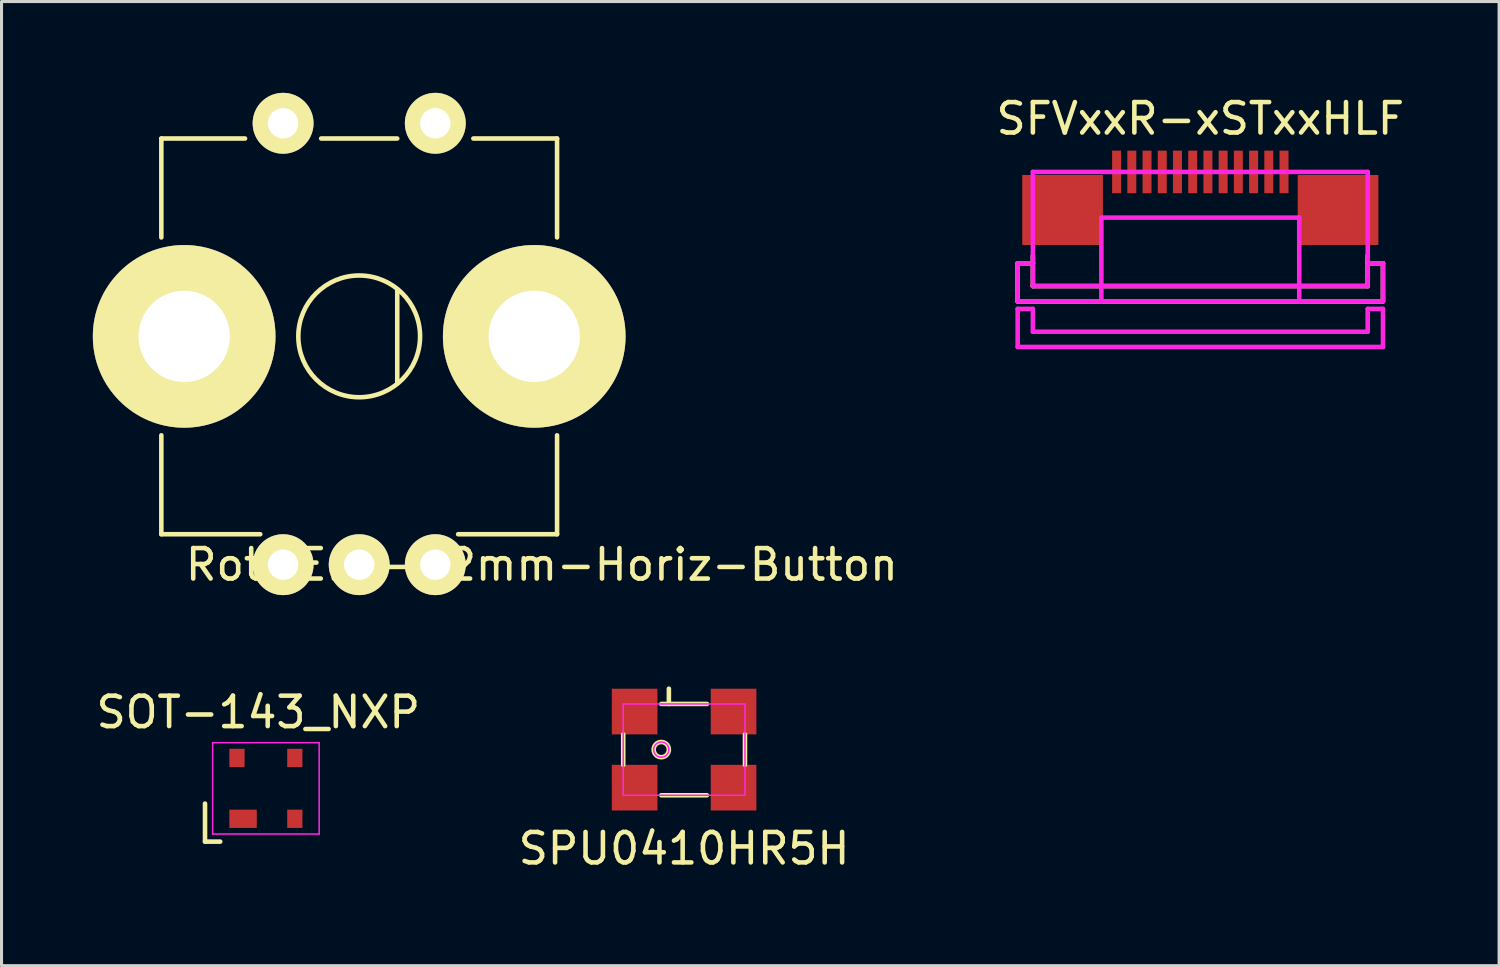
<source format=kicad_pcb>
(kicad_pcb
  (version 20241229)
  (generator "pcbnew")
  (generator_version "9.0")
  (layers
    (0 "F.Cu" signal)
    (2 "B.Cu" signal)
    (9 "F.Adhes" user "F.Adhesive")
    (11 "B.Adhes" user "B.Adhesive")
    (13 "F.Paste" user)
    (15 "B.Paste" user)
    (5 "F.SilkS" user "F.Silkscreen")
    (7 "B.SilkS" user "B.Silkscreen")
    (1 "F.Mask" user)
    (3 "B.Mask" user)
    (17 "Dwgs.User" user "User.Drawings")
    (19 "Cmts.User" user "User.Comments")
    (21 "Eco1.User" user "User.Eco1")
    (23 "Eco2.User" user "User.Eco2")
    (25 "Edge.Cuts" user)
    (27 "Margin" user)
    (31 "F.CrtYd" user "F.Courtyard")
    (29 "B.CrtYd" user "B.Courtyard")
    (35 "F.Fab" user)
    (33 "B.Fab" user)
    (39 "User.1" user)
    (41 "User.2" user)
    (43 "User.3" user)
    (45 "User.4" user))
  (footprint "Rot-Enc-12mm-Horiz-Button"
    (layer "F.Cu")
    (at 8.75 8)
    (property "Reference" "Rot-Enc-12mm-Horiz-Button" (at 6 7.5 0) (layer "F.SilkS") (effects (font (size 1 1) (thickness 0.15))))
    (attr through_hole)
    (fp_line (start -6.5 -6.5) (end -6.5 -3.25) (stroke (width 0.15) (type solid)) (layer "F.SilkS"))
    (fp_line (start -6.5 3.25) (end -6.5 6.5) (stroke (width 0.15) (type solid)) (layer "F.SilkS"))
    (fp_line (start -6.5 6.5) (end -3.25 6.5) (stroke (width 0.15) (type solid)) (layer "F.SilkS"))
    (fp_line (start -3.75 -6.5) (end -6.5 -6.5) (stroke (width 0.15) (type solid)) (layer "F.SilkS"))
    (fp_line (start 1.25 -6.5) (end -1.25 -6.5) (stroke (width 0.15) (type solid)) (layer "F.SilkS"))
    (fp_line (start 1.25 -1.5) (end 1.25 1.5) (stroke (width 0.15) (type solid)) (layer "F.SilkS"))
    (fp_line (start 3.25 6.5) (end 6.5 6.5) (stroke (width 0.15) (type solid)) (layer "F.SilkS"))
    (fp_line (start 6.5 -6.5) (end 3.75 -6.5) (stroke (width 0.15) (type solid)) (layer "F.SilkS"))
    (fp_line (start 6.5 -3.25) (end 6.5 -6.5) (stroke (width 0.15) (type solid)) (layer "F.SilkS"))
    (fp_line (start 6.5 6.5) (end 6.5 3.25) (stroke (width 0.15) (type solid)) (layer "F.SilkS"))
    (fp_circle (center 0 0) (end 0 -2) (stroke (width 0.15) (type solid)) (fill no) (layer "F.SilkS"))
    (pad "1" thru_hole circle (at -2.5 7.5) (size 2 2) (drill 1) (layers "*.Cu" "*.Mask" "F.SilkS"))
    (pad "2" thru_hole circle (at 0 7.5) (size 2 2) (drill 1) (layers "*.Cu" "*.Mask" "F.SilkS"))
    (pad "3" thru_hole circle (at 2.5 7.5) (size 2 2) (drill 1) (layers "*.Cu" "*.Mask" "F.SilkS"))
    (pad "4" thru_hole circle (at -2.5 -7) (size 2 2) (drill 1) (layers "*.Cu" "*.Mask" "F.SilkS"))
    (pad "5" thru_hole circle (at 2.5 -7) (size 2 2) (drill 1) (layers "*.Cu" "*.Mask" "F.SilkS"))
    (pad "6" thru_hole circle (at -5.75 0) (size 6 6) (drill 3) (layers "*.Cu" "*.Mask" "F.SilkS"))
    (pad "7" thru_hole circle (at 5.75 0) (size 6 6) (drill 3) (layers "*.Cu" "*.Mask" "F.SilkS")))
  (footprint "SPU0410HR5H"
    (layer "F.Cu")
    (at 19.423 21.575)
    (property "Reference" "SPU0410HR5H" (at 0 3.25 0) (layer "F.SilkS") (effects (font (size 1 1) (thickness 0.15))))
    (attr through_hole)
    (fp_line (start -2 -0.5) (end -2 0.5) (stroke (width 0.15) (type solid)) (layer "F.SilkS"))
    (fp_line (start -0.75 1.5) (end 0.75 1.5) (stroke (width 0.15) (type solid)) (layer "F.SilkS"))
    (fp_line (start -0.5 -1.5) (end -0.5 -2) (stroke (width 0.15) (type solid)) (layer "F.SilkS"))
    (fp_line (start 0.75 -1.5) (end -0.75 -1.5) (stroke (width 0.15) (type solid)) (layer "F.SilkS"))
    (fp_line (start 2 0.5) (end 2 -0.5) (stroke (width 0.15) (type solid)) (layer "F.SilkS"))
    (fp_circle (center -0.75 0) (end -0.5 0) (stroke (width 0.15) (type solid)) (fill no) (layer "F.SilkS"))
    (fp_line (start -2 -1.5) (end -2 1.5) (stroke (width 0.05) (type solid)) (layer "F.CrtYd"))
    (fp_line (start -2 1.5) (end 2 1.5) (stroke (width 0.05) (type solid)) (layer "F.CrtYd"))
    (fp_line (start 2 -1.5) (end -2 -1.5) (stroke (width 0.05) (type solid)) (layer "F.CrtYd"))
    (fp_line (start 2 1.5) (end 2 -1.5) (stroke (width 0.05) (type solid)) (layer "F.CrtYd"))
    (fp_circle (center -0.75 0) (end -0.75 -0.25) (stroke (width 0.05) (type solid)) (fill no) (layer "F.CrtYd"))
    (pad "1" smd rect (at -1.625 -1.25 90) (size 1.5 1.5) (layers "F.Cu" "F.Mask" "F.Paste"))
    (pad "2" smd rect (at 1.625 -1.25 90) (size 1.5 1.5) (layers "F.Cu" "F.Mask" "F.Paste"))
    (pad "3" smd rect (at 1.625 1.25 90) (size 1.5 1.5) (layers "F.Cu" "F.Mask" "F.Paste"))
    (pad "4" smd rect (at -1.625 1.25 90) (size 1.5 1.5) (layers "F.Cu" "F.Mask" "F.Paste")))
  (footprint "SOT-143_NXP"
    (layer "F.Cu")
    (at 5.685 22.848)
    (property "Reference" "SOT-143_NXP" (at -0.25 -2.5 0) (layer "F.SilkS") (effects (font (size 1 1) (thickness 0.15))))
    (attr smd)
    (fp_line (start -2 0.5) (end -2 1.75) (stroke (width 0.15) (type solid)) (layer "F.SilkS"))
    (fp_line (start -2 1.75) (end -1.5 1.75) (stroke (width 0.15) (type solid)) (layer "F.SilkS"))
    (fp_line (start -1.75 -1.5) (end -1.75 1.5) (stroke (width 0.05) (type solid)) (layer "F.CrtYd"))
    (fp_line (start -1.75 1.5) (end 1.75 1.5) (stroke (width 0.05) (type solid)) (layer "F.CrtYd"))
    (fp_line (start 1.75 -1.5) (end -1.75 -1.5) (stroke (width 0.05) (type solid)) (layer "F.CrtYd"))
    (fp_line (start 1.75 1.5) (end 1.75 -1.5) (stroke (width 0.05) (type solid)) (layer "F.CrtYd"))
    (pad "1" smd rect (at -0.75 1) (size 0.9 0.6) (layers "F.Cu" "F.Mask" "F.Paste"))
    (pad "2" smd rect (at 0.95 1) (size 0.5 0.6) (layers "F.Cu" "F.Mask" "F.Paste"))
    (pad "3" smd rect (at 0.95 -1) (size 0.5 0.6) (layers "F.Cu" "F.Mask" "F.Paste"))
    (pad "4" smd rect (at -0.95 -1) (size 0.5 0.6) (layers "F.Cu" "F.Mask" "F.Paste")))
  (footprint "SFVxxR-xSTxxHLF"
    (layer "F.Cu")
    (at 36.381 2.598)
    (property "Reference" "SFVxxR-xSTxxHLF" (at 0 -1.75 0) (layer "F.SilkS") (effects (font (size 1 1) (thickness 0.15))))
    (attr through_hole)
    (fp_line (start -6 3) (end -5.5 3) (stroke (width 0.15) (type solid)) (layer "F.SilkS"))
    (fp_line (start -6 4.25) (end -6 3) (stroke (width 0.15) (type solid)) (layer "F.SilkS"))
    (fp_line (start -6 4.25) (end 6 4.25) (stroke (width 0.15) (type solid)) (layer "F.SilkS"))
    (fp_line (start -5.5 3) (end -5.5 2.75) (stroke (width 0.15) (type solid)) (layer "F.SilkS"))
    (fp_line (start -5.5 3.75) (end -5.5 3) (stroke (width 0.15) (type solid)) (layer "F.SilkS"))
    (fp_line (start 5.5 3) (end 5.5 2.75) (stroke (width 0.15) (type solid)) (layer "F.SilkS"))
    (fp_line (start 5.5 3) (end 5.5 3.75) (stroke (width 0.15) (type solid)) (layer "F.SilkS"))
    (fp_line (start 5.5 3.75) (end -5.5 3.75) (stroke (width 0.15) (type solid)) (layer "F.SilkS"))
    (fp_line (start 6 3) (end 5.5 3) (stroke (width 0.15) (type solid)) (layer "F.SilkS"))
    (fp_line (start 6 4.25) (end 6 3) (stroke (width 0.15) (type solid)) (layer "F.SilkS"))
    (fp_line (start -6 3) (end -5.5 3) (stroke (width 0.15) (type solid)) (layer "F.CrtYd"))
    (fp_line (start -6 4.25) (end -6 3) (stroke (width 0.15) (type solid)) (layer "F.CrtYd"))
    (fp_line (start -6 4.5) (end -5.5 4.5) (stroke (width 0.15) (type solid)) (layer "F.CrtYd"))
    (fp_line (start -6 5.75) (end -6 4.5) (stroke (width 0.15) (type solid)) (layer "F.CrtYd"))
    (fp_line (start -6 5.75) (end 6 5.75) (stroke (width 0.15) (type solid)) (layer "F.CrtYd"))
    (fp_line (start -5.5 0) (end -5.5 3.75) (stroke (width 0.15) (type solid)) (layer "F.CrtYd"))
    (fp_line (start -5.5 0) (end 5.5 0) (stroke (width 0.15) (type solid)) (layer "F.CrtYd"))
    (fp_line (start -5.5 3.75) (end 5.5 3.75) (stroke (width 0.15) (type solid)) (layer "F.CrtYd"))
    (fp_line (start -5.5 4.5) (end -5.5 5.25) (stroke (width 0.15) (type solid)) (layer "F.CrtYd"))
    (fp_line (start -5.5 5.25) (end 5.5 5.25) (stroke (width 0.15) (type solid)) (layer "F.CrtYd"))
    (fp_line (start -3.25 1.5) (end -3.25 4.25) (stroke (width 0.15) (type solid)) (layer "F.CrtYd"))
    (fp_line (start -3.25 1.5) (end 3.25 1.5) (stroke (width 0.15) (type solid)) (layer "F.CrtYd"))
    (fp_line (start 3.25 1.5) (end 3.25 4.25) (stroke (width 0.15) (type solid)) (layer "F.CrtYd"))
    (fp_line (start 5.5 3) (end 6 3) (stroke (width 0.15) (type solid)) (layer "F.CrtYd"))
    (fp_line (start 5.5 3.75) (end 5.5 0) (stroke (width 0.15) (type solid)) (layer "F.CrtYd"))
    (fp_line (start 5.5 4.5) (end 6 4.5) (stroke (width 0.15) (type solid)) (layer "F.CrtYd"))
    (fp_line (start 5.5 5.25) (end 5.5 4.5) (stroke (width 0.15) (type solid)) (layer "F.CrtYd"))
    (fp_line (start 6 3) (end 6 4.25) (stroke (width 0.15) (type solid)) (layer "F.CrtYd"))
    (fp_line (start 6 4.25) (end -6 4.25) (stroke (width 0.15) (type solid)) (layer "F.CrtYd"))
    (fp_line (start 6 4.5) (end 6 5.75) (stroke (width 0.15) (type solid)) (layer "F.CrtYd"))
    (pad "1" smd rect (at -2.75 0) (size 0.295 1.4) (layers "F.Cu" "F.Mask" "F.Paste"))
    (pad "2" smd rect (at -2.25 0) (size 0.295 1.4) (layers "F.Cu" "F.Mask" "F.Paste"))
    (pad "3" smd rect (at -1.75 0) (size 0.295 1.4) (layers "F.Cu" "F.Mask" "F.Paste"))
    (pad "4" smd rect (at -1.25 0) (size 0.295 1.4) (layers "F.Cu" "F.Mask" "F.Paste"))
    (pad "5" smd rect (at -0.75 0) (size 0.295 1.4) (layers "F.Cu" "F.Mask" "F.Paste"))
    (pad "6" smd rect (at -0.25 0) (size 0.295 1.4) (layers "F.Cu" "F.Mask" "F.Paste"))
    (pad "7" smd rect (at 0.25 0) (size 0.295 1.4) (layers "F.Cu" "F.Mask" "F.Paste"))
    (pad "8" smd rect (at 0.75 0) (size 0.295 1.4) (layers "F.Cu" "F.Mask" "F.Paste"))
    (pad "9" smd rect (at 1.25 0) (size 0.295 1.4) (layers "F.Cu" "F.Mask" "F.Paste"))
    (pad "10" smd rect (at 1.75 0) (size 0.295 1.4) (layers "F.Cu" "F.Mask" "F.Paste"))
    (pad "11" smd rect (at 2.25 0) (size 0.295 1.4) (layers "F.Cu" "F.Mask" "F.Paste"))
    (pad "12" smd rect (at 2.75 0) (size 0.295 1.4) (layers "F.Cu" "F.Mask" "F.Paste"))
    (pad "13" smd rect (at -4.525 1.25) (size 2.65 2.3) (layers "F.Cu" "F.Mask" "F.Paste"))
    (pad "13" smd rect (at 4.525 1.25) (size 2.65 2.3) (layers "F.Cu" "F.Mask" "F.Paste")))
  (gr_rect
    (start -3 -3)
    (end 46.196 28.673)
    (stroke (width 0.1) (type default))
    (fill no)
    (layer "Edge.Cuts")))
</source>
